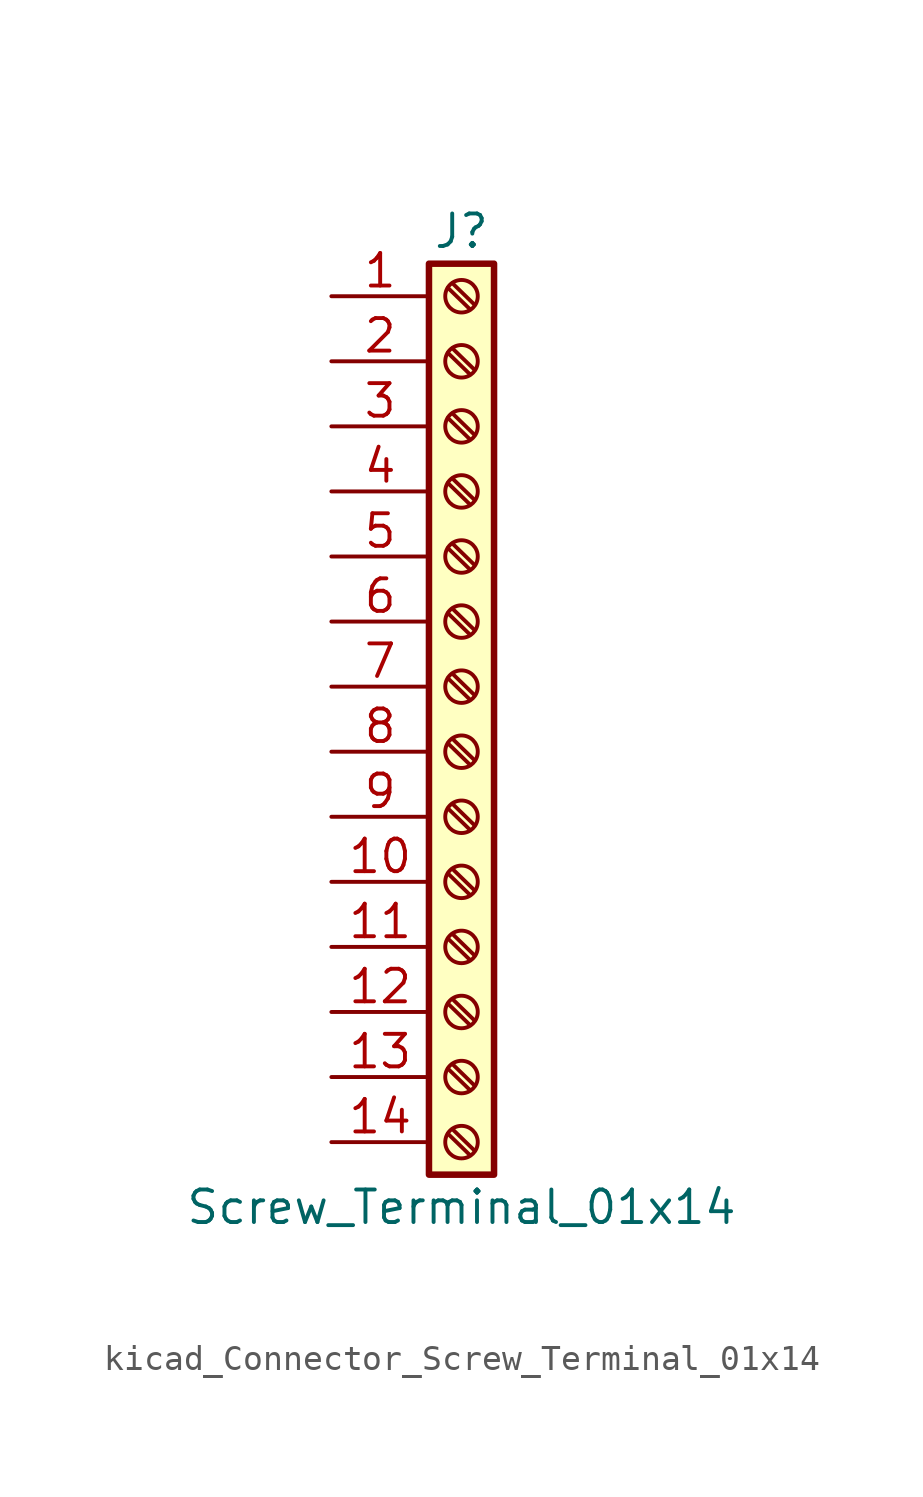
<source format=kicad_sym>
(kicad_symbol_lib
  (version 20220914)
  (generator kicad_symbol_editor)
  (symbol "kicad_Connector_Screw_Terminal_01x14"
    (pin_names
      (offset 1.016) hide)
    (property "Reference" "J"
      (at 0 17.78 0)
      (effects (font (size 1.27 1.27))))
    (property "Value" "Screw_Terminal_01x14"
      (at 0 -20.32 0)
      (effects (font (size 1.27 1.27))))
    (symbol "kicad_Connector_Screw_Terminal_01x14_1_1"
      (rectangle (start -1.27 16.51) (end 1.27 -19.05) (stroke (width 0.254) (type default)) (fill (type background)))
      (circle (center 0 -17.78) (radius 0.635) (stroke (width 0.152) (type default)) (fill (type none)))
      (circle (center 0 -15.24) (radius 0.635) (stroke (width 0.152) (type default)) (fill (type none)))
      (circle (center 0 -12.7) (radius 0.635) (stroke (width 0.152) (type default)) (fill (type none)))
      (circle (center 0 -10.16) (radius 0.635) (stroke (width 0.152) (type default)) (fill (type none)))
      (circle (center 0 -7.62) (radius 0.635) (stroke (width 0.152) (type default)) (fill (type none)))
      (circle (center 0 -5.08) (radius 0.635) (stroke (width 0.152) (type default)) (fill (type none)))
      (circle (center 0 -2.54) (radius 0.635) (stroke (width 0.152) (type default)) (fill (type none)))
      (polyline (pts (xy -0.533 -17.45) (xy 0.33 -18.288)) (stroke (width 0.152) (type default)) (fill (type none)))
      (polyline (pts (xy -0.533 -14.91) (xy 0.33 -15.748)) (stroke (width 0.152) (type default)) (fill (type none)))
      (polyline (pts (xy -0.533 -12.37) (xy 0.33 -13.208)) (stroke (width 0.152) (type default)) (fill (type none)))
      (polyline (pts (xy -0.533 -9.83) (xy 0.33 -10.668)) (stroke (width 0.152) (type default)) (fill (type none)))
      (polyline (pts (xy -0.533 -7.29) (xy 0.33 -8.128)) (stroke (width 0.152) (type default)) (fill (type none)))
      (polyline (pts (xy -0.533 -4.75) (xy 0.33 -5.588)) (stroke (width 0.152) (type default)) (fill (type none)))
      (polyline (pts (xy -0.533 -2.21) (xy 0.33 -3.048)) (stroke (width 0.152) (type default)) (fill (type none)))
      (polyline (pts (xy -0.533 0.33) (xy 0.33 -0.508)) (stroke (width 0.152) (type default)) (fill (type none)))
      (polyline (pts (xy -0.533 2.87) (xy 0.33 2.032)) (stroke (width 0.152) (type default)) (fill (type none)))
      (polyline (pts (xy -0.533 5.41) (xy 0.33 4.572)) (stroke (width 0.152) (type default)) (fill (type none)))
      (polyline (pts (xy -0.533 7.95) (xy 0.33 7.112)) (stroke (width 0.152) (type default)) (fill (type none)))
      (polyline (pts (xy -0.533 10.49) (xy 0.33 9.652)) (stroke (width 0.152) (type default)) (fill (type none)))
      (polyline (pts (xy -0.533 13.03) (xy 0.33 12.192)) (stroke (width 0.152) (type default)) (fill (type none)))
      (polyline (pts (xy -0.533 15.57) (xy 0.33 14.732)) (stroke (width 0.152) (type default)) (fill (type none)))
      (polyline (pts (xy -0.356 -17.272) (xy 0.508 -18.11)) (stroke (width 0.152) (type default)) (fill (type none)))
      (polyline (pts (xy -0.356 -14.732) (xy 0.508 -15.57)) (stroke (width 0.152) (type default)) (fill (type none)))
      (polyline (pts (xy -0.356 -12.192) (xy 0.508 -13.03)) (stroke (width 0.152) (type default)) (fill (type none)))
      (polyline (pts (xy -0.356 -9.652) (xy 0.508 -10.49)) (stroke (width 0.152) (type default)) (fill (type none)))
      (polyline (pts (xy -0.356 -7.112) (xy 0.508 -7.95)) (stroke (width 0.152) (type default)) (fill (type none)))
      (polyline (pts (xy -0.356 -4.572) (xy 0.508 -5.41)) (stroke (width 0.152) (type default)) (fill (type none)))
      (polyline (pts (xy -0.356 -2.032) (xy 0.508 -2.87)) (stroke (width 0.152) (type default)) (fill (type none)))
      (polyline (pts (xy -0.356 0.508) (xy 0.508 -0.33)) (stroke (width 0.152) (type default)) (fill (type none)))
      (polyline (pts (xy -0.356 3.048) (xy 0.508 2.21)) (stroke (width 0.152) (type default)) (fill (type none)))
      (polyline (pts (xy -0.356 5.588) (xy 0.508 4.75)) (stroke (width 0.152) (type default)) (fill (type none)))
      (polyline (pts (xy -0.356 8.128) (xy 0.508 7.29)) (stroke (width 0.152) (type default)) (fill (type none)))
      (polyline (pts (xy -0.356 10.668) (xy 0.508 9.83)) (stroke (width 0.152) (type default)) (fill (type none)))
      (polyline (pts (xy -0.356 13.208) (xy 0.508 12.37)) (stroke (width 0.152) (type default)) (fill (type none)))
      (polyline (pts (xy -0.356 15.748) (xy 0.508 14.91)) (stroke (width 0.152) (type default)) (fill (type none)))
      (circle (center 0 0) (radius 0.635) (stroke (width 0.152) (type default)) (fill (type none)))
      (circle (center 0 2.54) (radius 0.635) (stroke (width 0.152) (type default)) (fill (type none)))
      (circle (center 0 5.08) (radius 0.635) (stroke (width 0.152) (type default)) (fill (type none)))
      (circle (center 0 7.62) (radius 0.635) (stroke (width 0.152) (type default)) (fill (type none)))
      (circle (center 0 10.16) (radius 0.635) (stroke (width 0.152) (type default)) (fill (type none)))
      (circle (center 0 12.7) (radius 0.635) (stroke (width 0.152) (type default)) (fill (type none)))
      (circle (center 0 15.24) (radius 0.635) (stroke (width 0.152) (type default)) (fill (type none)))
      (pin passive line (at -5.08 15.24 0) (length 3.81) (name "Pin_1" (effects (font (size 1.27 1.27)))) (number "1" (effects (font (size 1.27 1.27)))))
      (pin passive line (at -5.08 -7.62 0) (length 3.81) (name "Pin_10" (effects (font (size 1.27 1.27)))) (number "10" (effects (font (size 1.27 1.27)))))
      (pin passive line (at -5.08 -10.16 0) (length 3.81) (name "Pin_11" (effects (font (size 1.27 1.27)))) (number "11" (effects (font (size 1.27 1.27)))))
      (pin passive line (at -5.08 -12.7 0) (length 3.81) (name "Pin_12" (effects (font (size 1.27 1.27)))) (number "12" (effects (font (size 1.27 1.27)))))
      (pin passive line (at -5.08 -15.24 0) (length 3.81) (name "Pin_13" (effects (font (size 1.27 1.27)))) (number "13" (effects (font (size 1.27 1.27)))))
      (pin passive line (at -5.08 -17.78 0) (length 3.81) (name "Pin_14" (effects (font (size 1.27 1.27)))) (number "14" (effects (font (size 1.27 1.27)))))
      (pin passive line (at -5.08 12.7 0) (length 3.81) (name "Pin_2" (effects (font (size 1.27 1.27)))) (number "2" (effects (font (size 1.27 1.27)))))
      (pin passive line (at -5.08 10.16 0) (length 3.81) (name "Pin_3" (effects (font (size 1.27 1.27)))) (number "3" (effects (font (size 1.27 1.27)))))
      (pin passive line (at -5.08 7.62 0) (length 3.81) (name "Pin_4" (effects (font (size 1.27 1.27)))) (number "4" (effects (font (size 1.27 1.27)))))
      (pin passive line (at -5.08 5.08 0) (length 3.81) (name "Pin_5" (effects (font (size 1.27 1.27)))) (number "5" (effects (font (size 1.27 1.27)))))
      (pin passive line (at -5.08 2.54 0) (length 3.81) (name "Pin_6" (effects (font (size 1.27 1.27)))) (number "6" (effects (font (size 1.27 1.27)))))
      (pin passive line (at -5.08 0 0) (length 3.81) (name "Pin_7" (effects (font (size 1.27 1.27)))) (number "7" (effects (font (size 1.27 1.27)))))
      (pin passive line (at -5.08 -2.54 0) (length 3.81) (name "Pin_8" (effects (font (size 1.27 1.27)))) (number "8" (effects (font (size 1.27 1.27)))))
      (pin passive line (at -5.08 -5.08 0) (length 3.81) (name "Pin_9" (effects (font (size 1.27 1.27)))) (number "9" (effects (font (size 1.27 1.27))))))))
</source>
